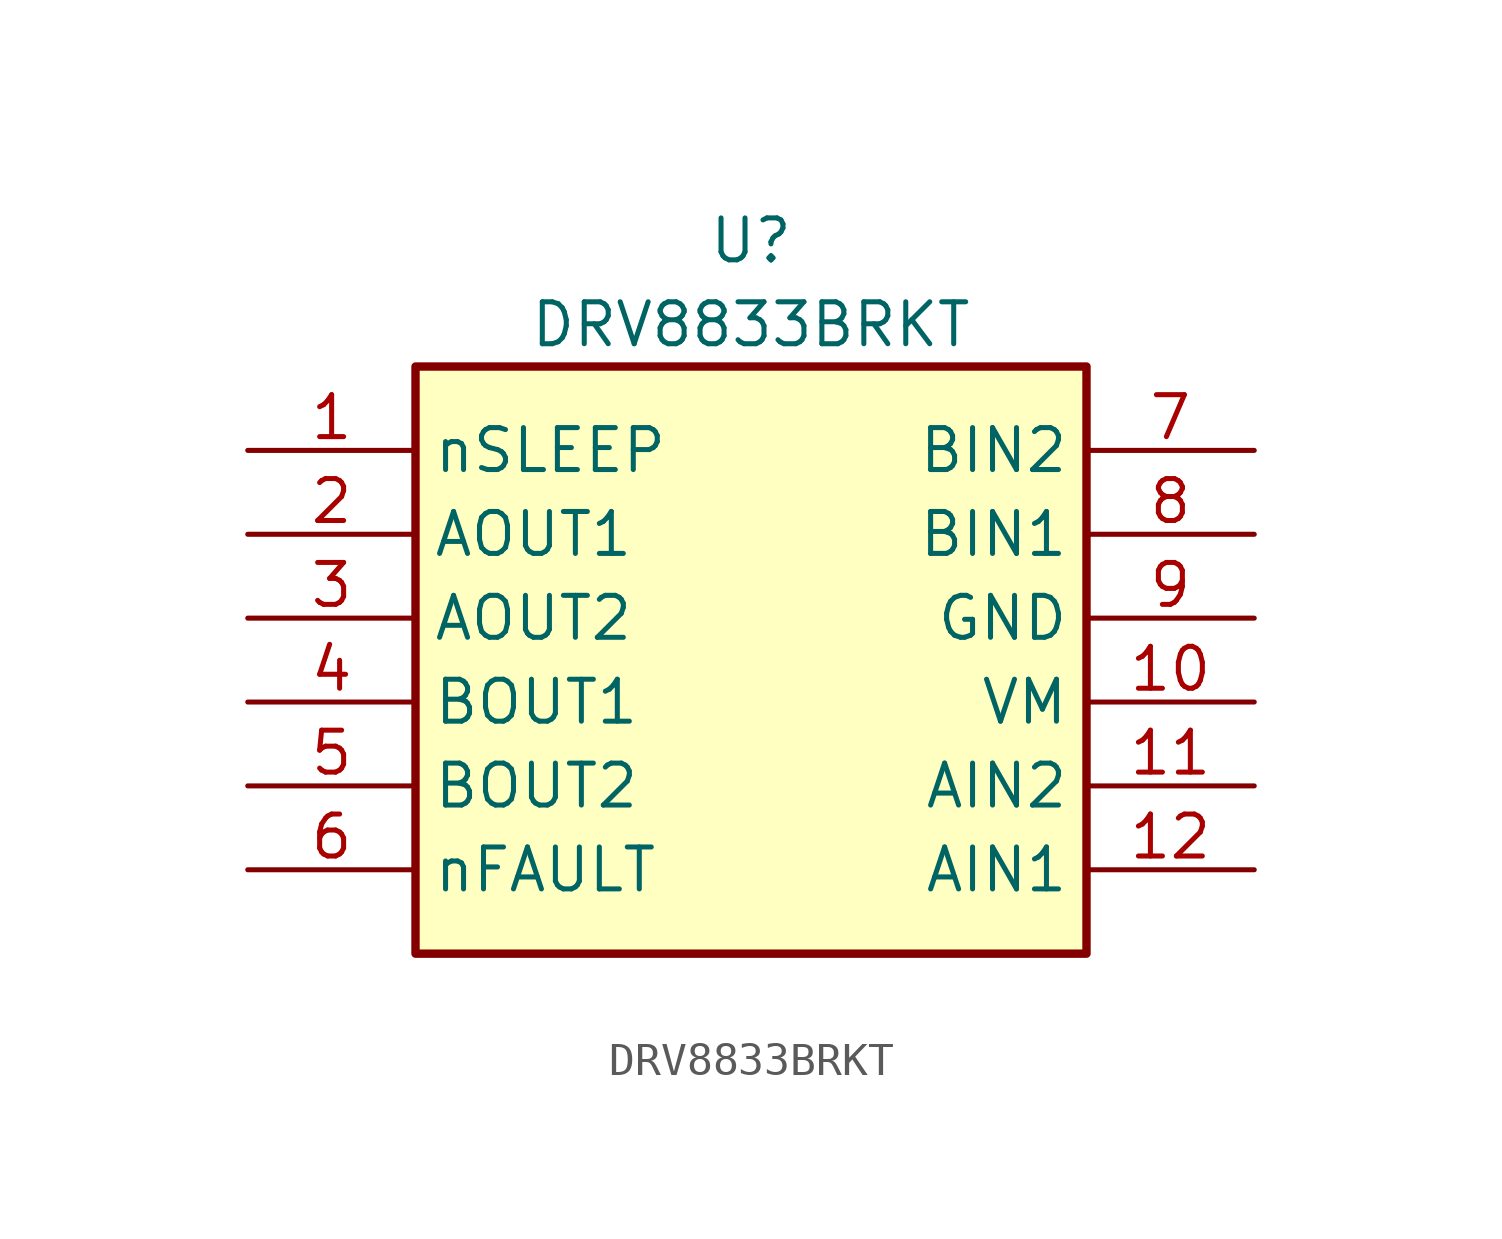
<source format=kicad_sym>
(kicad_symbol_lib
  (version 20211014)
  (generator kicad_symbol_editor)
  (symbol "DRV8833BRKT"
    (property "Reference" "U"
      (at 0 12.7 0)
      (effects (font (size 1.27 1.27))))
    (property "Value" "DRV8833BRKT"
      (at 0 10.16 0)
      (effects (font (size 1.27 1.27))))
    (symbol "DRV8833BRKT_0_1"
      (rectangle (start -10.16 8.89) (end 10.16 -8.89) (stroke (width 0.254) (type default) (color 0 0 0 0)) (fill (type background))))
    (symbol "DRV8833BRKT_1_1"
      (pin input line (at -15.24 6.35 0) (length 5.08) (name "nSLEEP" (effects (font (size 1.27 1.27)))) (number "1" (effects (font (size 1.27 1.27)))))
      (pin power_in line (at 15.24 -1.27 180) (length 5.08) (name "VM" (effects (font (size 1.27 1.27)))) (number "10" (effects (font (size 1.27 1.27)))))
      (pin input line (at 15.24 -3.81 180) (length 5.08) (name "AIN2" (effects (font (size 1.27 1.27)))) (number "11" (effects (font (size 1.27 1.27)))))
      (pin input line (at 15.24 -6.35 180) (length 5.08) (name "AIN1" (effects (font (size 1.27 1.27)))) (number "12" (effects (font (size 1.27 1.27)))))
      (pin power_out line (at -15.24 3.81 0) (length 5.08) (name "AOUT1" (effects (font (size 1.27 1.27)))) (number "2" (effects (font (size 1.27 1.27)))))
      (pin power_out line (at -15.24 1.27 0) (length 5.08) (name "AOUT2" (effects (font (size 1.27 1.27)))) (number "3" (effects (font (size 1.27 1.27)))))
      (pin power_out line (at -15.24 -1.27 0) (length 5.08) (name "BOUT1" (effects (font (size 1.27 1.27)))) (number "4" (effects (font (size 1.27 1.27)))))
      (pin power_out line (at -15.24 -3.81 0) (length 5.08) (name "BOUT2" (effects (font (size 1.27 1.27)))) (number "5" (effects (font (size 1.27 1.27)))))
      (pin open_collector line (at -15.24 -6.35 0) (length 5.08) (name "nFAULT" (effects (font (size 1.27 1.27)))) (number "6" (effects (font (size 1.27 1.27)))))
      (pin input line (at 15.24 6.35 180) (length 5.08) (name "BIN2" (effects (font (size 1.27 1.27)))) (number "7" (effects (font (size 1.27 1.27)))))
      (pin input line (at 15.24 3.81 180) (length 5.08) (name "BIN1" (effects (font (size 1.27 1.27)))) (number "8" (effects (font (size 1.27 1.27)))))
      (pin power_in line (at 15.24 1.27 180) (length 5.08) (name "GND" (effects (font (size 1.27 1.27)))) (number "9" (effects (font (size 1.27 1.27))))))))
</source>
